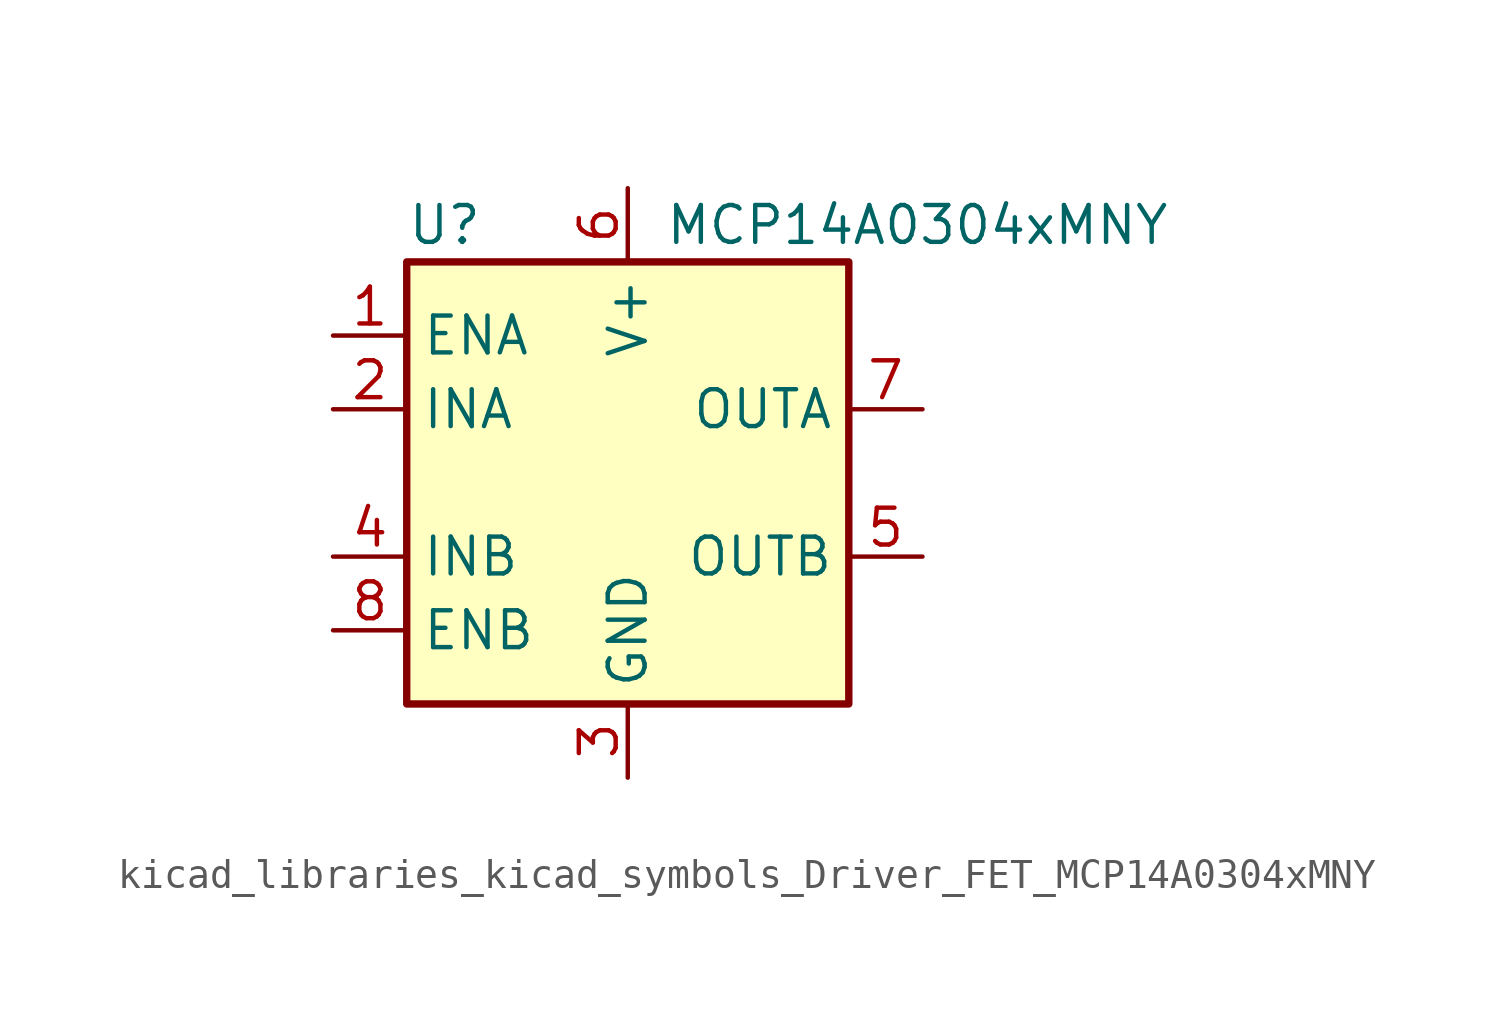
<source format=kicad_sym>
(kicad_symbol_lib
  (version 20220914)
  (generator kicad_symbol_editor)
  (symbol "kicad_libraries_kicad_symbols_Driver_FET_MCP14A0304xMNY"
    (property "Reference" "U"
      (at -7.62 8.89 0)
      (effects (font (size 1.27 1.27)) (justify left)))
    (property "Value" "MCP14A0304xMNY"
      (at 1.27 8.89 0)
      (effects (font (size 1.27 1.27)) (justify left)))
    (symbol "kicad_libraries_kicad_symbols_Driver_FET_MCP14A0304xMNY_0_1"
      (rectangle (start -7.62 -7.62) (end 7.62 7.62) (stroke (width 0.254) (type default)) (fill (type background))))
    (symbol "kicad_libraries_kicad_symbols_Driver_FET_MCP14A0304xMNY_1_1"
      (pin input line (at -10.16 5.08 0) (length 2.54) (name "ENA" (effects (font (size 1.27 1.27)))) (number "1" (effects (font (size 1.27 1.27)))))
      (pin input line (at -10.16 2.54 0) (length 2.54) (name "INA" (effects (font (size 1.27 1.27)))) (number "2" (effects (font (size 1.27 1.27)))))
      (pin power_in line (at 0 -10.16 90) (length 2.54) (name "GND" (effects (font (size 1.27 1.27)))) (number "3" (effects (font (size 1.27 1.27)))))
      (pin input line (at -10.16 -2.54 0) (length 2.54) (name "INB" (effects (font (size 1.27 1.27)))) (number "4" (effects (font (size 1.27 1.27)))))
      (pin output line (at 10.16 -2.54 180) (length 2.54) (name "OUTB" (effects (font (size 1.27 1.27)))) (number "5" (effects (font (size 1.27 1.27)))))
      (pin power_in line (at 0 10.16 270) (length 2.54) (name "V+" (effects (font (size 1.27 1.27)))) (number "6" (effects (font (size 1.27 1.27)))))
      (pin output line (at 10.16 2.54 180) (length 2.54) (name "OUTA" (effects (font (size 1.27 1.27)))) (number "7" (effects (font (size 1.27 1.27)))))
      (pin input line (at -10.16 -5.08 0) (length 2.54) (name "ENB" (effects (font (size 1.27 1.27)))) (number "8" (effects (font (size 1.27 1.27)))))
      (pin passive line (at 0 -10.16 90) (length 2.54) hide (name "GND" (effects (font (size 1.27 1.27)))) (number "9" (effects (font (size 1.27 1.27))))))))
</source>
